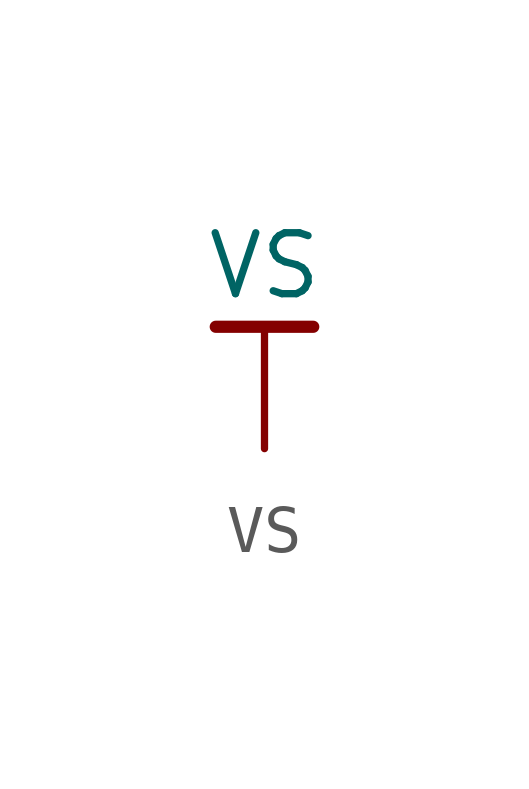
<source format=kicad_sym>
(kicad_symbol_lib
  (version 20211014)
  (generator kicad_symbol_editor)
  (symbol "VS"
    (power)
    (pin_numbers hide)
    (pin_names
      (offset 0) hide)
    (property "Reference" "#PWR"
      (at 0 -1.905 0)
      (effects (font (size 1.27 1.27)) hide))
    (property "Value" "VS"
      (at 0 3.81 0)
      (effects (font (size 1.27 1.27))))
    (symbol "VS_0_1"
      (polyline (pts (xy -1.016 2.54) (xy 1.016 2.54)) (stroke (width 0.254) (type default) (color 0 0 0 0)) (fill (type none)))
      (polyline (pts (xy 0 2.54) (xy 0 0)) (stroke (width 0.152) (type default) (color 0 0 0 0)) (fill (type none))))
    (symbol "VS_1_1"
      (pin power_in line (at 0 0 90) (length 0) hide (name "VS" (effects (font (size 0.635 0.635)))) (number "1" (effects (font (size 0.635 0.635))))))))
</source>
